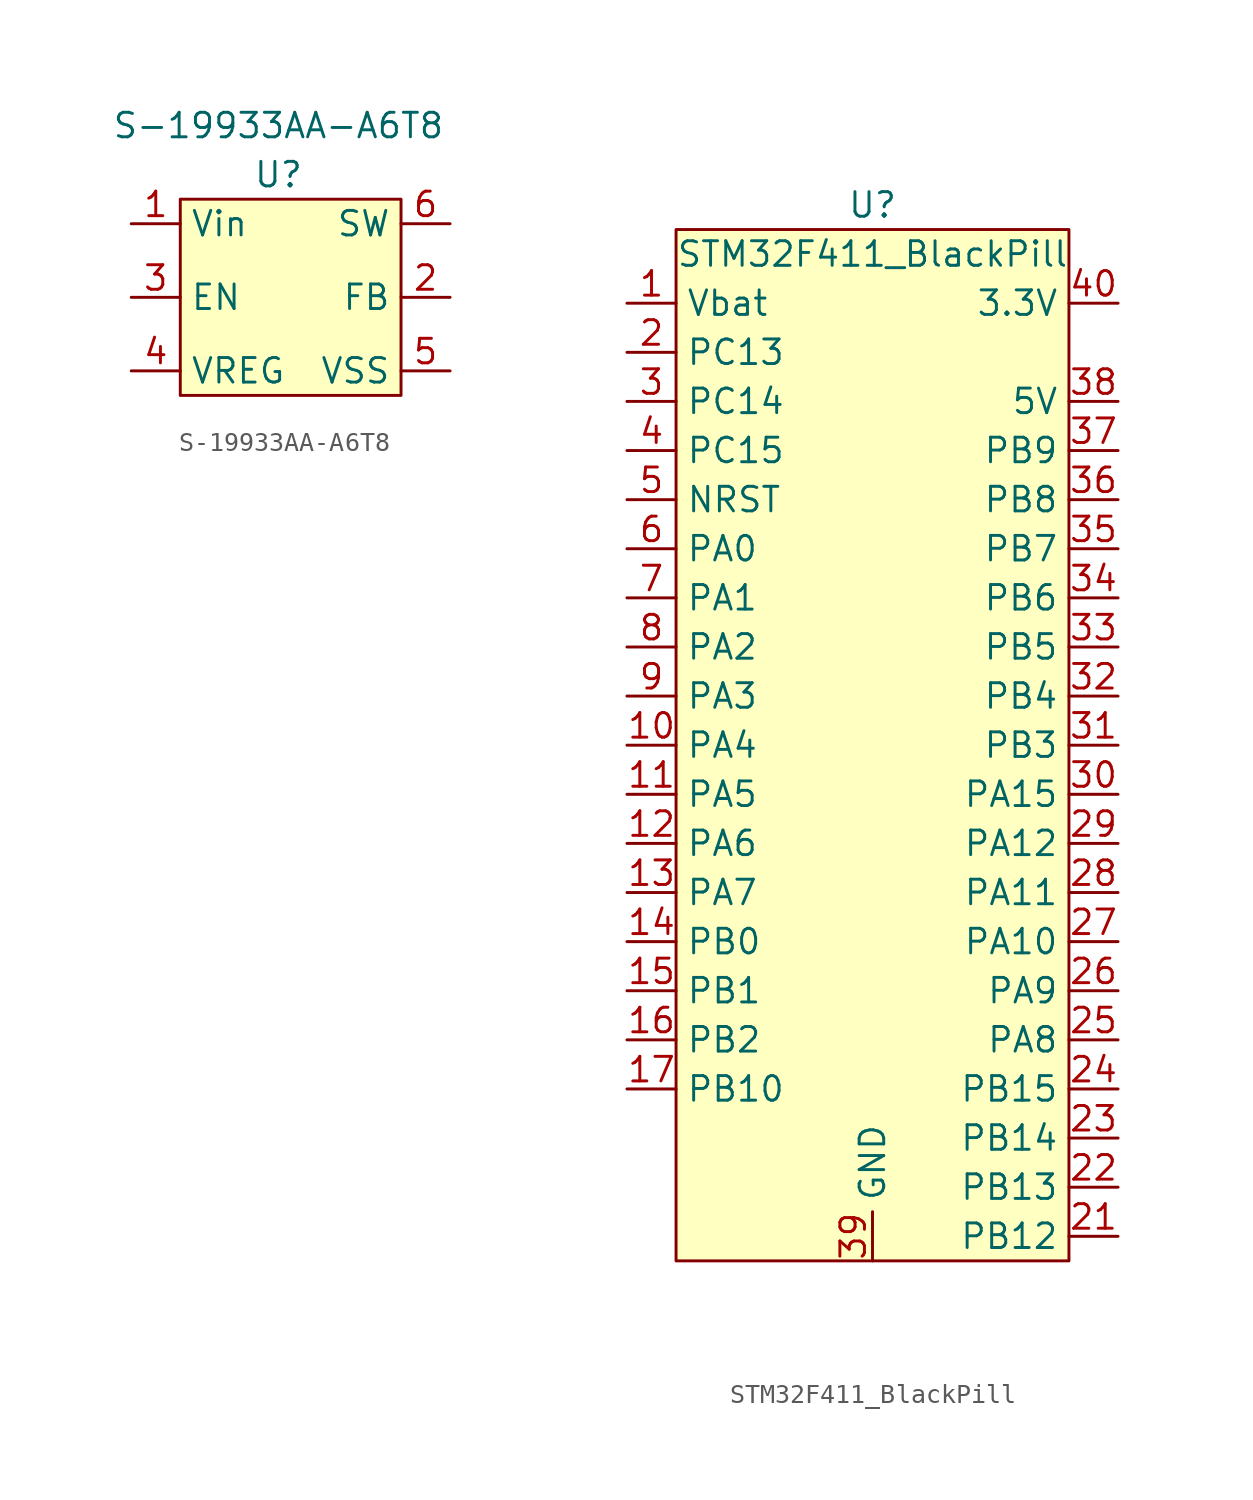
<source format=kicad_sym>
(kicad_symbol_lib
  (version 20211014)
  (generator kicad_symbol_editor)
  (symbol "S-19933AA-A6T8"
    (property "Reference" "U"
      (at 0 2.54 0)
      (effects (font (size 1.27 1.27))))
    (property "Value" "S-19933AA-A6T8"
      (at 0 5.08 0)
      (effects (font (size 1.27 1.27))))
    (symbol "S-19933AA-A6T8_0_0"
      (pin unspecified line (at -7.62 0 0) (length 2.54) (name "Vin" (effects (font (size 1.27 1.27)))) (number "1" (effects (font (size 1.27 1.27)))))
      (pin unspecified line (at 8.89 -3.81 180) (length 2.54) (name "FB" (effects (font (size 1.27 1.27)))) (number "2" (effects (font (size 1.27 1.27)))))
      (pin unspecified line (at -7.62 -3.81 0) (length 2.54) (name "EN" (effects (font (size 1.27 1.27)))) (number "3" (effects (font (size 1.27 1.27)))))
      (pin unspecified line (at -7.62 -7.62 0) (length 2.54) (name "VREG" (effects (font (size 1.27 1.27)))) (number "4" (effects (font (size 1.27 1.27)))))
      (pin unspecified line (at 8.89 -7.62 180) (length 2.54) (name "VSS" (effects (font (size 1.27 1.27)))) (number "5" (effects (font (size 1.27 1.27)))))
      (pin unspecified line (at 8.89 0 180) (length 2.54) (name "SW" (effects (font (size 1.27 1.27)))) (number "6" (effects (font (size 1.27 1.27))))))
    (symbol "S-19933AA-A6T8_0_1"
      (rectangle (start 6.35 -8.89) (end -5.08 1.27) (stroke (width 0) (type default) (color 0 0 0 0)) (fill (type background)))))
  (symbol "STM32F411_BlackPill"
    (property "Reference" "U"
      (at 0 26.67 0)
      (effects (font (size 1.27 1.27))))
    (property "Value" "STM32F411_BlackPill"
      (at 0 24.13 0)
      (effects (font (size 1.27 1.27))))
    (symbol "STM32F411_BlackPill_0_0"
      (pin power_in line (at -12.7 21.59 0) (length 2.54) (name "Vbat" (effects (font (size 1.27 1.27)))) (number "1" (effects (font (size 1.27 1.27)))))
      (pin bidirectional line (at -12.7 -1.27 0) (length 2.54) (name "PA4" (effects (font (size 1.27 1.27)))) (number "10" (effects (font (size 1.27 1.27)))))
      (pin bidirectional line (at -12.7 -3.81 0) (length 2.54) (name "PA5" (effects (font (size 1.27 1.27)))) (number "11" (effects (font (size 1.27 1.27)))))
      (pin bidirectional line (at -12.7 -6.35 0) (length 2.54) (name "PA6" (effects (font (size 1.27 1.27)))) (number "12" (effects (font (size 1.27 1.27)))))
      (pin bidirectional line (at -12.7 -8.89 0) (length 2.54) (name "PA7" (effects (font (size 1.27 1.27)))) (number "13" (effects (font (size 1.27 1.27)))))
      (pin bidirectional line (at -12.7 -11.43 0) (length 2.54) (name "PB0" (effects (font (size 1.27 1.27)))) (number "14" (effects (font (size 1.27 1.27)))))
      (pin bidirectional line (at -12.7 -13.97 0) (length 2.54) (name "PB1" (effects (font (size 1.27 1.27)))) (number "15" (effects (font (size 1.27 1.27)))))
      (pin bidirectional line (at -12.7 -16.51 0) (length 2.54) (name "PB2" (effects (font (size 1.27 1.27)))) (number "16" (effects (font (size 1.27 1.27)))))
      (pin bidirectional line (at -12.7 -19.05 0) (length 2.54) (name "PB10" (effects (font (size 1.27 1.27)))) (number "17" (effects (font (size 1.27 1.27)))))
      (pin bidirectional line (at 12.7 21.59 180) (length 2.54) hide (name "3.3V" (effects (font (size 1.27 1.27)))) (number "18" (effects (font (size 1.27 1.27)))))
      (pin bidirectional line (at 0 -27.94 90) (length 2.54) hide (name "GND" (effects (font (size 1.27 1.27)))) (number "19" (effects (font (size 1.27 1.27)))))
      (pin bidirectional line (at -12.7 19.05 0) (length 2.54) (name "PC13" (effects (font (size 1.27 1.27)))) (number "2" (effects (font (size 1.27 1.27)))))
      (pin bidirectional line (at 12.7 16.51 180) (length 2.54) hide (name "5V" (effects (font (size 1.27 1.27)))) (number "20" (effects (font (size 1.27 1.27)))))
      (pin bidirectional line (at 12.7 -26.67 180) (length 2.54) (name "PB12" (effects (font (size 1.27 1.27)))) (number "21" (effects (font (size 1.27 1.27)))))
      (pin bidirectional line (at 12.7 -24.13 180) (length 2.54) (name "PB13" (effects (font (size 1.27 1.27)))) (number "22" (effects (font (size 1.27 1.27)))))
      (pin bidirectional line (at 12.7 -21.59 180) (length 2.54) (name "PB14" (effects (font (size 1.27 1.27)))) (number "23" (effects (font (size 1.27 1.27)))))
      (pin bidirectional line (at 12.7 -19.05 180) (length 2.54) (name "PB15" (effects (font (size 1.27 1.27)))) (number "24" (effects (font (size 1.27 1.27)))))
      (pin bidirectional line (at 12.7 -16.51 180) (length 2.54) (name "PA8" (effects (font (size 1.27 1.27)))) (number "25" (effects (font (size 1.27 1.27)))))
      (pin bidirectional line (at 12.7 -13.97 180) (length 2.54) (name "PA9" (effects (font (size 1.27 1.27)))) (number "26" (effects (font (size 1.27 1.27)))))
      (pin bidirectional line (at 12.7 -11.43 180) (length 2.54) (name "PA10" (effects (font (size 1.27 1.27)))) (number "27" (effects (font (size 1.27 1.27)))))
      (pin bidirectional line (at 12.7 -8.89 180) (length 2.54) (name "PA11" (effects (font (size 1.27 1.27)))) (number "28" (effects (font (size 1.27 1.27)))))
      (pin bidirectional line (at 12.7 -6.35 180) (length 2.54) (name "PA12" (effects (font (size 1.27 1.27)))) (number "29" (effects (font (size 1.27 1.27)))))
      (pin bidirectional line (at -12.7 16.51 0) (length 2.54) (name "PC14" (effects (font (size 1.27 1.27)))) (number "3" (effects (font (size 1.27 1.27)))))
      (pin bidirectional line (at 12.7 -3.81 180) (length 2.54) (name "PA15" (effects (font (size 1.27 1.27)))) (number "30" (effects (font (size 1.27 1.27)))))
      (pin bidirectional line (at 12.7 -1.27 180) (length 2.54) (name "PB3" (effects (font (size 1.27 1.27)))) (number "31" (effects (font (size 1.27 1.27)))))
      (pin bidirectional line (at 12.7 1.27 180) (length 2.54) (name "PB4" (effects (font (size 1.27 1.27)))) (number "32" (effects (font (size 1.27 1.27)))))
      (pin bidirectional line (at 12.7 3.81 180) (length 2.54) (name "PB5" (effects (font (size 1.27 1.27)))) (number "33" (effects (font (size 1.27 1.27)))))
      (pin bidirectional line (at 12.7 6.35 180) (length 2.54) (name "PB6" (effects (font (size 1.27 1.27)))) (number "34" (effects (font (size 1.27 1.27)))))
      (pin bidirectional line (at 12.7 8.89 180) (length 2.54) (name "PB7" (effects (font (size 1.27 1.27)))) (number "35" (effects (font (size 1.27 1.27)))))
      (pin bidirectional line (at 12.7 11.43 180) (length 2.54) (name "PB8" (effects (font (size 1.27 1.27)))) (number "36" (effects (font (size 1.27 1.27)))))
      (pin bidirectional line (at 12.7 13.97 180) (length 2.54) (name "PB9" (effects (font (size 1.27 1.27)))) (number "37" (effects (font (size 1.27 1.27)))))
      (pin bidirectional line (at 12.7 16.51 180) (length 2.54) (name "5V" (effects (font (size 1.27 1.27)))) (number "38" (effects (font (size 1.27 1.27)))))
      (pin bidirectional line (at 0 -27.94 90) (length 2.54) (name "GND" (effects (font (size 1.27 1.27)))) (number "39" (effects (font (size 1.27 1.27)))))
      (pin bidirectional line (at -12.7 13.97 0) (length 2.54) (name "PC15" (effects (font (size 1.27 1.27)))) (number "4" (effects (font (size 1.27 1.27)))))
      (pin bidirectional line (at 12.7 21.59 180) (length 2.54) (name "3.3V" (effects (font (size 1.27 1.27)))) (number "40" (effects (font (size 1.27 1.27)))))
      (pin input line (at -12.7 11.43 0) (length 2.54) (name "NRST" (effects (font (size 1.27 1.27)))) (number "5" (effects (font (size 1.27 1.27)))))
      (pin bidirectional line (at -12.7 8.89 0) (length 2.54) (name "PA0" (effects (font (size 1.27 1.27)))) (number "6" (effects (font (size 1.27 1.27)))))
      (pin bidirectional line (at -12.7 6.35 0) (length 2.54) (name "PA1" (effects (font (size 1.27 1.27)))) (number "7" (effects (font (size 1.27 1.27)))))
      (pin bidirectional line (at -12.7 3.81 0) (length 2.54) (name "PA2" (effects (font (size 1.27 1.27)))) (number "8" (effects (font (size 1.27 1.27)))))
      (pin bidirectional line (at -12.7 1.27 0) (length 2.54) (name "PA3" (effects (font (size 1.27 1.27)))) (number "9" (effects (font (size 1.27 1.27))))))
    (symbol "STM32F411_BlackPill_0_1"
      (rectangle (start -10.16 25.4) (end 10.16 -27.94) (stroke (width 0) (type default) (color 0 0 0 0)) (fill (type background))))))
</source>
